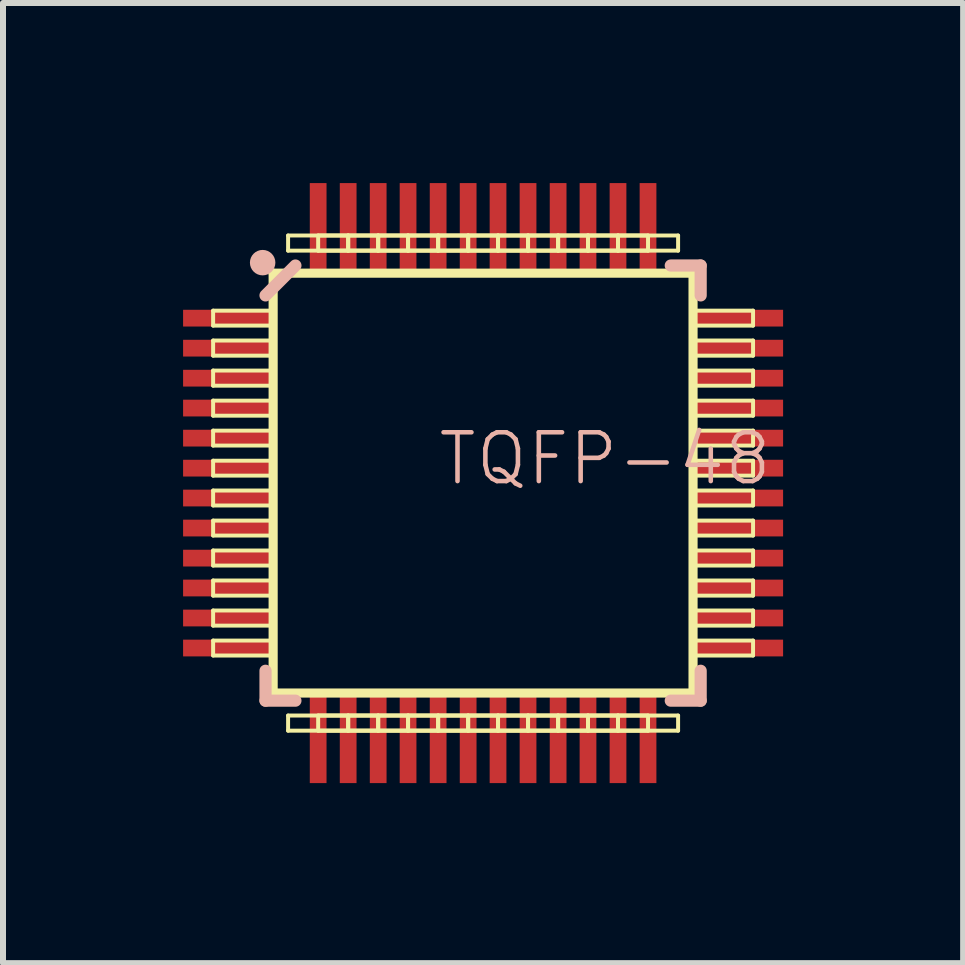
<source format=kicad_pcb>
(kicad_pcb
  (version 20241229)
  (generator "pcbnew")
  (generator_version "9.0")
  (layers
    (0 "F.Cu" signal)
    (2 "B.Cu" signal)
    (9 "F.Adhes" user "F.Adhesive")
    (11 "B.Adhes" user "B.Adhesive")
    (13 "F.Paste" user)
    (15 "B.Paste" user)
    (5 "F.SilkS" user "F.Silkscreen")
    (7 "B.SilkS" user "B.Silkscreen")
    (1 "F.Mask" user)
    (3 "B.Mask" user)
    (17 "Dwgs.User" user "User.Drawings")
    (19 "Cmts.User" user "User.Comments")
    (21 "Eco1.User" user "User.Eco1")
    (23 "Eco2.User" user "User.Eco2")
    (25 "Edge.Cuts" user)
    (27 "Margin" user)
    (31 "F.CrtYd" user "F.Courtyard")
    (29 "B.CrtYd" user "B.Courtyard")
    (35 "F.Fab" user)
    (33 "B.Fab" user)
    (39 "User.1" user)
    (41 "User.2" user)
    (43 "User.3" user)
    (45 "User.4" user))
  (footprint "TQFP-48"
    (layer "F.Cu")
    (at 4.999 4.999)
    (property "Reference" "TQFP-48" (at 2.032 -0.406 0) (layer "B.SilkS") (effects (font (size 0.813 0.813) (thickness 0.076))))
    (attr smd)
    (fp_line (start -4.498 -2.873) (end -3.498 -2.873) (stroke (width 0.066) (type solid)) (layer "F.SilkS"))
    (fp_line (start -4.498 -2.624) (end -4.498 -2.873) (stroke (width 0.066) (type solid)) (layer "F.SilkS"))
    (fp_line (start -4.498 -2.624) (end -3.498 -2.624) (stroke (width 0.066) (type solid)) (layer "F.SilkS"))
    (fp_line (start -4.498 -2.375) (end -3.498 -2.375) (stroke (width 0.066) (type solid)) (layer "F.SilkS"))
    (fp_line (start -4.498 -2.123) (end -4.498 -2.375) (stroke (width 0.066) (type solid)) (layer "F.SilkS"))
    (fp_line (start -4.498 -2.123) (end -3.498 -2.123) (stroke (width 0.066) (type solid)) (layer "F.SilkS"))
    (fp_line (start -4.498 -1.875) (end -3.498 -1.875) (stroke (width 0.066) (type solid)) (layer "F.SilkS"))
    (fp_line (start -4.498 -1.623) (end -4.498 -1.875) (stroke (width 0.066) (type solid)) (layer "F.SilkS"))
    (fp_line (start -4.498 -1.623) (end -3.498 -1.623) (stroke (width 0.066) (type solid)) (layer "F.SilkS"))
    (fp_line (start -4.498 -1.374) (end -3.498 -1.374) (stroke (width 0.066) (type solid)) (layer "F.SilkS"))
    (fp_line (start -4.498 -1.123) (end -4.498 -1.374) (stroke (width 0.066) (type solid)) (layer "F.SilkS"))
    (fp_line (start -4.498 -1.123) (end -3.498 -1.123) (stroke (width 0.066) (type solid)) (layer "F.SilkS"))
    (fp_line (start -4.498 -0.874) (end -3.498 -0.874) (stroke (width 0.066) (type solid)) (layer "F.SilkS"))
    (fp_line (start -4.498 -0.625) (end -4.498 -0.874) (stroke (width 0.066) (type solid)) (layer "F.SilkS"))
    (fp_line (start -4.498 -0.625) (end -3.498 -0.625) (stroke (width 0.066) (type solid)) (layer "F.SilkS"))
    (fp_line (start -4.498 -0.373) (end -3.498 -0.373) (stroke (width 0.066) (type solid)) (layer "F.SilkS"))
    (fp_line (start -4.498 -0.124) (end -4.498 -0.373) (stroke (width 0.066) (type solid)) (layer "F.SilkS"))
    (fp_line (start -4.498 -0.124) (end -3.498 -0.124) (stroke (width 0.066) (type solid)) (layer "F.SilkS"))
    (fp_line (start -4.498 0.124) (end -3.498 0.124) (stroke (width 0.066) (type solid)) (layer "F.SilkS"))
    (fp_line (start -4.498 0.373) (end -4.498 0.124) (stroke (width 0.066) (type solid)) (layer "F.SilkS"))
    (fp_line (start -4.498 0.373) (end -3.498 0.373) (stroke (width 0.066) (type solid)) (layer "F.SilkS"))
    (fp_line (start -4.498 0.625) (end -3.498 0.625) (stroke (width 0.066) (type solid)) (layer "F.SilkS"))
    (fp_line (start -4.498 0.874) (end -4.498 0.625) (stroke (width 0.066) (type solid)) (layer "F.SilkS"))
    (fp_line (start -4.498 0.874) (end -3.498 0.874) (stroke (width 0.066) (type solid)) (layer "F.SilkS"))
    (fp_line (start -4.498 1.123) (end -3.498 1.123) (stroke (width 0.066) (type solid)) (layer "F.SilkS"))
    (fp_line (start -4.498 1.374) (end -4.498 1.123) (stroke (width 0.066) (type solid)) (layer "F.SilkS"))
    (fp_line (start -4.498 1.374) (end -3.498 1.374) (stroke (width 0.066) (type solid)) (layer "F.SilkS"))
    (fp_line (start -4.498 1.623) (end -3.498 1.623) (stroke (width 0.066) (type solid)) (layer "F.SilkS"))
    (fp_line (start -4.498 1.875) (end -4.498 1.623) (stroke (width 0.066) (type solid)) (layer "F.SilkS"))
    (fp_line (start -4.498 1.875) (end -3.498 1.875) (stroke (width 0.066) (type solid)) (layer "F.SilkS"))
    (fp_line (start -4.498 2.123) (end -3.498 2.123) (stroke (width 0.066) (type solid)) (layer "F.SilkS"))
    (fp_line (start -4.498 2.375) (end -4.498 2.123) (stroke (width 0.066) (type solid)) (layer "F.SilkS"))
    (fp_line (start -4.498 2.375) (end -3.498 2.375) (stroke (width 0.066) (type solid)) (layer "F.SilkS"))
    (fp_line (start -4.498 2.624) (end -3.498 2.624) (stroke (width 0.066) (type solid)) (layer "F.SilkS"))
    (fp_line (start -4.498 2.873) (end -4.498 2.624) (stroke (width 0.066) (type solid)) (layer "F.SilkS"))
    (fp_line (start -4.498 2.873) (end -3.498 2.873) (stroke (width 0.066) (type solid)) (layer "F.SilkS"))
    (fp_line (start -3.498 -3.498) (end 3.498 -3.498) (stroke (width 0.152) (type solid)) (layer "F.SilkS"))
    (fp_line (start -3.498 -2.624) (end -3.498 -2.873) (stroke (width 0.066) (type solid)) (layer "F.SilkS"))
    (fp_line (start -3.498 -2.123) (end -3.498 -2.375) (stroke (width 0.066) (type solid)) (layer "F.SilkS"))
    (fp_line (start -3.498 -1.623) (end -3.498 -1.875) (stroke (width 0.066) (type solid)) (layer "F.SilkS"))
    (fp_line (start -3.498 -1.123) (end -3.498 -1.374) (stroke (width 0.066) (type solid)) (layer "F.SilkS"))
    (fp_line (start -3.498 -0.625) (end -3.498 -0.874) (stroke (width 0.066) (type solid)) (layer "F.SilkS"))
    (fp_line (start -3.498 -0.124) (end -3.498 -0.373) (stroke (width 0.066) (type solid)) (layer "F.SilkS"))
    (fp_line (start -3.498 0.373) (end -3.498 0.124) (stroke (width 0.066) (type solid)) (layer "F.SilkS"))
    (fp_line (start -3.498 0.874) (end -3.498 0.625) (stroke (width 0.066) (type solid)) (layer "F.SilkS"))
    (fp_line (start -3.498 1.374) (end -3.498 1.123) (stroke (width 0.066) (type solid)) (layer "F.SilkS"))
    (fp_line (start -3.498 1.875) (end -3.498 1.623) (stroke (width 0.066) (type solid)) (layer "F.SilkS"))
    (fp_line (start -3.498 2.375) (end -3.498 2.123) (stroke (width 0.066) (type solid)) (layer "F.SilkS"))
    (fp_line (start -3.498 2.873) (end -3.498 2.624) (stroke (width 0.066) (type solid)) (layer "F.SilkS"))
    (fp_line (start -3.498 3.498) (end -3.498 -3.498) (stroke (width 0.152) (type solid)) (layer "F.SilkS"))
    (fp_line (start -3.249 -4.125) (end -2.248 -4.125) (stroke (width 0.066) (type solid)) (layer "F.SilkS"))
    (fp_line (start -3.249 -3.873) (end -3.249 -4.125) (stroke (width 0.066) (type solid)) (layer "F.SilkS"))
    (fp_line (start -3.249 -3.873) (end -2.248 -3.873) (stroke (width 0.066) (type solid)) (layer "F.SilkS"))
    (fp_line (start -3.249 3.873) (end -2.248 3.873) (stroke (width 0.066) (type solid)) (layer "F.SilkS"))
    (fp_line (start -3.249 4.125) (end -3.249 3.873) (stroke (width 0.066) (type solid)) (layer "F.SilkS"))
    (fp_line (start -3.249 4.125) (end -2.248 4.125) (stroke (width 0.066) (type solid)) (layer "F.SilkS"))
    (fp_line (start -2.748 -4.125) (end -1.748 -4.125) (stroke (width 0.066) (type solid)) (layer "F.SilkS"))
    (fp_line (start -2.748 -3.873) (end -2.748 -4.125) (stroke (width 0.066) (type solid)) (layer "F.SilkS"))
    (fp_line (start -2.748 -3.873) (end -1.748 -3.873) (stroke (width 0.066) (type solid)) (layer "F.SilkS"))
    (fp_line (start -2.748 3.873) (end -1.748 3.873) (stroke (width 0.066) (type solid)) (layer "F.SilkS"))
    (fp_line (start -2.748 4.125) (end -2.748 3.873) (stroke (width 0.066) (type solid)) (layer "F.SilkS"))
    (fp_line (start -2.748 4.125) (end -1.748 4.125) (stroke (width 0.066) (type solid)) (layer "F.SilkS"))
    (fp_line (start -2.248 -4.125) (end -1.25 -4.125) (stroke (width 0.066) (type solid)) (layer "F.SilkS"))
    (fp_line (start -2.248 -3.873) (end -2.248 -4.125) (stroke (width 0.066) (type solid)) (layer "F.SilkS"))
    (fp_line (start -2.248 -3.873) (end -2.248 -4.125) (stroke (width 0.066) (type solid)) (layer "F.SilkS"))
    (fp_line (start -2.248 -3.873) (end -1.25 -3.873) (stroke (width 0.066) (type solid)) (layer "F.SilkS"))
    (fp_line (start -2.248 3.873) (end -1.25 3.873) (stroke (width 0.066) (type solid)) (layer "F.SilkS"))
    (fp_line (start -2.248 4.125) (end -2.248 3.873) (stroke (width 0.066) (type solid)) (layer "F.SilkS"))
    (fp_line (start -2.248 4.125) (end -2.248 3.873) (stroke (width 0.066) (type solid)) (layer "F.SilkS"))
    (fp_line (start -2.248 4.125) (end -1.25 4.125) (stroke (width 0.066) (type solid)) (layer "F.SilkS"))
    (fp_line (start -1.748 -4.125) (end -0.749 -4.125) (stroke (width 0.066) (type solid)) (layer "F.SilkS"))
    (fp_line (start -1.748 -3.873) (end -1.748 -4.125) (stroke (width 0.066) (type solid)) (layer "F.SilkS"))
    (fp_line (start -1.748 -3.873) (end -1.748 -4.125) (stroke (width 0.066) (type solid)) (layer "F.SilkS"))
    (fp_line (start -1.748 -3.873) (end -0.749 -3.873) (stroke (width 0.066) (type solid)) (layer "F.SilkS"))
    (fp_line (start -1.748 3.873) (end -0.749 3.873) (stroke (width 0.066) (type solid)) (layer "F.SilkS"))
    (fp_line (start -1.748 4.125) (end -1.748 3.873) (stroke (width 0.066) (type solid)) (layer "F.SilkS"))
    (fp_line (start -1.748 4.125) (end -1.748 3.873) (stroke (width 0.066) (type solid)) (layer "F.SilkS"))
    (fp_line (start -1.748 4.125) (end -0.749 4.125) (stroke (width 0.066) (type solid)) (layer "F.SilkS"))
    (fp_line (start -1.25 -4.125) (end -0.249 -4.125) (stroke (width 0.066) (type solid)) (layer "F.SilkS"))
    (fp_line (start -1.25 -3.873) (end -1.25 -4.125) (stroke (width 0.066) (type solid)) (layer "F.SilkS"))
    (fp_line (start -1.25 -3.873) (end -1.25 -4.125) (stroke (width 0.066) (type solid)) (layer "F.SilkS"))
    (fp_line (start -1.25 -3.873) (end -0.249 -3.873) (stroke (width 0.066) (type solid)) (layer "F.SilkS"))
    (fp_line (start -1.25 3.873) (end -0.249 3.873) (stroke (width 0.066) (type solid)) (layer "F.SilkS"))
    (fp_line (start -1.25 4.125) (end -1.25 3.873) (stroke (width 0.066) (type solid)) (layer "F.SilkS"))
    (fp_line (start -1.25 4.125) (end -1.25 3.873) (stroke (width 0.066) (type solid)) (layer "F.SilkS"))
    (fp_line (start -1.25 4.125) (end -0.249 4.125) (stroke (width 0.066) (type solid)) (layer "F.SilkS"))
    (fp_line (start -0.749 -4.125) (end 0.249 -4.125) (stroke (width 0.066) (type solid)) (layer "F.SilkS"))
    (fp_line (start -0.749 -3.873) (end -0.749 -4.125) (stroke (width 0.066) (type solid)) (layer "F.SilkS"))
    (fp_line (start -0.749 -3.873) (end -0.749 -4.125) (stroke (width 0.066) (type solid)) (layer "F.SilkS"))
    (fp_line (start -0.749 -3.873) (end 0.249 -3.873) (stroke (width 0.066) (type solid)) (layer "F.SilkS"))
    (fp_line (start -0.749 3.873) (end 0.249 3.873) (stroke (width 0.066) (type solid)) (layer "F.SilkS"))
    (fp_line (start -0.749 4.125) (end -0.749 3.873) (stroke (width 0.066) (type solid)) (layer "F.SilkS"))
    (fp_line (start -0.749 4.125) (end -0.749 3.873) (stroke (width 0.066) (type solid)) (layer "F.SilkS"))
    (fp_line (start -0.749 4.125) (end 0.249 4.125) (stroke (width 0.066) (type solid)) (layer "F.SilkS"))
    (fp_line (start -0.249 -4.125) (end 0.749 -4.125) (stroke (width 0.066) (type solid)) (layer "F.SilkS"))
    (fp_line (start -0.249 -3.873) (end -0.249 -4.125) (stroke (width 0.066) (type solid)) (layer "F.SilkS"))
    (fp_line (start -0.249 -3.873) (end -0.249 -4.125) (stroke (width 0.066) (type solid)) (layer "F.SilkS"))
    (fp_line (start -0.249 -3.873) (end 0.749 -3.873) (stroke (width 0.066) (type solid)) (layer "F.SilkS"))
    (fp_line (start -0.249 3.873) (end 0.749 3.873) (stroke (width 0.066) (type solid)) (layer "F.SilkS"))
    (fp_line (start -0.249 4.125) (end -0.249 3.873) (stroke (width 0.066) (type solid)) (layer "F.SilkS"))
    (fp_line (start -0.249 4.125) (end -0.249 3.873) (stroke (width 0.066) (type solid)) (layer "F.SilkS"))
    (fp_line (start -0.249 4.125) (end 0.749 4.125) (stroke (width 0.066) (type solid)) (layer "F.SilkS"))
    (fp_line (start 0.249 -4.125) (end 1.25 -4.125) (stroke (width 0.066) (type solid)) (layer "F.SilkS"))
    (fp_line (start 0.249 -3.873) (end 0.249 -4.125) (stroke (width 0.066) (type solid)) (layer "F.SilkS"))
    (fp_line (start 0.249 -3.873) (end 0.249 -4.125) (stroke (width 0.066) (type solid)) (layer "F.SilkS"))
    (fp_line (start 0.249 -3.873) (end 1.25 -3.873) (stroke (width 0.066) (type solid)) (layer "F.SilkS"))
    (fp_line (start 0.249 3.873) (end 1.25 3.873) (stroke (width 0.066) (type solid)) (layer "F.SilkS"))
    (fp_line (start 0.249 4.125) (end 0.249 3.873) (stroke (width 0.066) (type solid)) (layer "F.SilkS"))
    (fp_line (start 0.249 4.125) (end 0.249 3.873) (stroke (width 0.066) (type solid)) (layer "F.SilkS"))
    (fp_line (start 0.249 4.125) (end 1.25 4.125) (stroke (width 0.066) (type solid)) (layer "F.SilkS"))
    (fp_line (start 0.749 -4.125) (end 1.748 -4.125) (stroke (width 0.066) (type solid)) (layer "F.SilkS"))
    (fp_line (start 0.749 -3.873) (end 0.749 -4.125) (stroke (width 0.066) (type solid)) (layer "F.SilkS"))
    (fp_line (start 0.749 -3.873) (end 0.749 -4.125) (stroke (width 0.066) (type solid)) (layer "F.SilkS"))
    (fp_line (start 0.749 -3.873) (end 1.748 -3.873) (stroke (width 0.066) (type solid)) (layer "F.SilkS"))
    (fp_line (start 0.749 3.873) (end 1.748 3.873) (stroke (width 0.066) (type solid)) (layer "F.SilkS"))
    (fp_line (start 0.749 4.125) (end 0.749 3.873) (stroke (width 0.066) (type solid)) (layer "F.SilkS"))
    (fp_line (start 0.749 4.125) (end 0.749 3.873) (stroke (width 0.066) (type solid)) (layer "F.SilkS"))
    (fp_line (start 0.749 4.125) (end 1.748 4.125) (stroke (width 0.066) (type solid)) (layer "F.SilkS"))
    (fp_line (start 1.25 -4.125) (end 2.248 -4.125) (stroke (width 0.066) (type solid)) (layer "F.SilkS"))
    (fp_line (start 1.25 -3.873) (end 1.25 -4.125) (stroke (width 0.066) (type solid)) (layer "F.SilkS"))
    (fp_line (start 1.25 -3.873) (end 1.25 -4.125) (stroke (width 0.066) (type solid)) (layer "F.SilkS"))
    (fp_line (start 1.25 -3.873) (end 2.248 -3.873) (stroke (width 0.066) (type solid)) (layer "F.SilkS"))
    (fp_line (start 1.25 3.873) (end 2.248 3.873) (stroke (width 0.066) (type solid)) (layer "F.SilkS"))
    (fp_line (start 1.25 4.125) (end 1.25 3.873) (stroke (width 0.066) (type solid)) (layer "F.SilkS"))
    (fp_line (start 1.25 4.125) (end 1.25 3.873) (stroke (width 0.066) (type solid)) (layer "F.SilkS"))
    (fp_line (start 1.25 4.125) (end 2.248 4.125) (stroke (width 0.066) (type solid)) (layer "F.SilkS"))
    (fp_line (start 1.748 -4.125) (end 2.748 -4.125) (stroke (width 0.066) (type solid)) (layer "F.SilkS"))
    (fp_line (start 1.748 -3.873) (end 1.748 -4.125) (stroke (width 0.066) (type solid)) (layer "F.SilkS"))
    (fp_line (start 1.748 -3.873) (end 1.748 -4.125) (stroke (width 0.066) (type solid)) (layer "F.SilkS"))
    (fp_line (start 1.748 -3.873) (end 2.748 -3.873) (stroke (width 0.066) (type solid)) (layer "F.SilkS"))
    (fp_line (start 1.748 3.873) (end 2.748 3.873) (stroke (width 0.066) (type solid)) (layer "F.SilkS"))
    (fp_line (start 1.748 4.125) (end 1.748 3.873) (stroke (width 0.066) (type solid)) (layer "F.SilkS"))
    (fp_line (start 1.748 4.125) (end 1.748 3.873) (stroke (width 0.066) (type solid)) (layer "F.SilkS"))
    (fp_line (start 1.748 4.125) (end 2.748 4.125) (stroke (width 0.066) (type solid)) (layer "F.SilkS"))
    (fp_line (start 2.248 -4.125) (end 3.249 -4.125) (stroke (width 0.066) (type solid)) (layer "F.SilkS"))
    (fp_line (start 2.248 -3.873) (end 2.248 -4.125) (stroke (width 0.066) (type solid)) (layer "F.SilkS"))
    (fp_line (start 2.248 -3.873) (end 2.248 -4.125) (stroke (width 0.066) (type solid)) (layer "F.SilkS"))
    (fp_line (start 2.248 -3.873) (end 3.249 -3.873) (stroke (width 0.066) (type solid)) (layer "F.SilkS"))
    (fp_line (start 2.248 3.873) (end 3.249 3.873) (stroke (width 0.066) (type solid)) (layer "F.SilkS"))
    (fp_line (start 2.248 4.125) (end 2.248 3.873) (stroke (width 0.066) (type solid)) (layer "F.SilkS"))
    (fp_line (start 2.248 4.125) (end 2.248 3.873) (stroke (width 0.066) (type solid)) (layer "F.SilkS"))
    (fp_line (start 2.248 4.125) (end 3.249 4.125) (stroke (width 0.066) (type solid)) (layer "F.SilkS"))
    (fp_line (start 2.748 -3.873) (end 2.748 -4.125) (stroke (width 0.066) (type solid)) (layer "F.SilkS"))
    (fp_line (start 2.748 4.125) (end 2.748 3.873) (stroke (width 0.066) (type solid)) (layer "F.SilkS"))
    (fp_line (start 3.249 -3.873) (end 3.249 -4.125) (stroke (width 0.066) (type solid)) (layer "F.SilkS"))
    (fp_line (start 3.249 4.125) (end 3.249 3.873) (stroke (width 0.066) (type solid)) (layer "F.SilkS"))
    (fp_line (start 3.498 -3.498) (end 3.498 3.498) (stroke (width 0.152) (type solid)) (layer "F.SilkS"))
    (fp_line (start 3.498 -2.873) (end 4.498 -2.873) (stroke (width 0.066) (type solid)) (layer "F.SilkS"))
    (fp_line (start 3.498 -2.624) (end 3.498 -2.873) (stroke (width 0.066) (type solid)) (layer "F.SilkS"))
    (fp_line (start 3.498 -2.624) (end 4.498 -2.624) (stroke (width 0.066) (type solid)) (layer "F.SilkS"))
    (fp_line (start 3.498 -2.375) (end 4.498 -2.375) (stroke (width 0.066) (type solid)) (layer "F.SilkS"))
    (fp_line (start 3.498 -2.123) (end 3.498 -2.375) (stroke (width 0.066) (type solid)) (layer "F.SilkS"))
    (fp_line (start 3.498 -2.123) (end 4.498 -2.123) (stroke (width 0.066) (type solid)) (layer "F.SilkS"))
    (fp_line (start 3.498 -1.875) (end 4.498 -1.875) (stroke (width 0.066) (type solid)) (layer "F.SilkS"))
    (fp_line (start 3.498 -1.623) (end 3.498 -1.875) (stroke (width 0.066) (type solid)) (layer "F.SilkS"))
    (fp_line (start 3.498 -1.623) (end 4.498 -1.623) (stroke (width 0.066) (type solid)) (layer "F.SilkS"))
    (fp_line (start 3.498 -1.374) (end 4.498 -1.374) (stroke (width 0.066) (type solid)) (layer "F.SilkS"))
    (fp_line (start 3.498 -1.123) (end 3.498 -1.374) (stroke (width 0.066) (type solid)) (layer "F.SilkS"))
    (fp_line (start 3.498 -1.123) (end 4.498 -1.123) (stroke (width 0.066) (type solid)) (layer "F.SilkS"))
    (fp_line (start 3.498 -0.874) (end 4.498 -0.874) (stroke (width 0.066) (type solid)) (layer "F.SilkS"))
    (fp_line (start 3.498 -0.625) (end 3.498 -0.874) (stroke (width 0.066) (type solid)) (layer "F.SilkS"))
    (fp_line (start 3.498 -0.625) (end 4.498 -0.625) (stroke (width 0.066) (type solid)) (layer "F.SilkS"))
    (fp_line (start 3.498 -0.373) (end 4.498 -0.373) (stroke (width 0.066) (type solid)) (layer "F.SilkS"))
    (fp_line (start 3.498 -0.124) (end 3.498 -0.373) (stroke (width 0.066) (type solid)) (layer "F.SilkS"))
    (fp_line (start 3.498 -0.124) (end 4.498 -0.124) (stroke (width 0.066) (type solid)) (layer "F.SilkS"))
    (fp_line (start 3.498 0.124) (end 4.498 0.124) (stroke (width 0.066) (type solid)) (layer "F.SilkS"))
    (fp_line (start 3.498 0.373) (end 3.498 0.124) (stroke (width 0.066) (type solid)) (layer "F.SilkS"))
    (fp_line (start 3.498 0.373) (end 4.498 0.373) (stroke (width 0.066) (type solid)) (layer "F.SilkS"))
    (fp_line (start 3.498 0.625) (end 4.498 0.625) (stroke (width 0.066) (type solid)) (layer "F.SilkS"))
    (fp_line (start 3.498 0.874) (end 3.498 0.625) (stroke (width 0.066) (type solid)) (layer "F.SilkS"))
    (fp_line (start 3.498 0.874) (end 4.498 0.874) (stroke (width 0.066) (type solid)) (layer "F.SilkS"))
    (fp_line (start 3.498 1.123) (end 4.498 1.123) (stroke (width 0.066) (type solid)) (layer "F.SilkS"))
    (fp_line (start 3.498 1.374) (end 3.498 1.123) (stroke (width 0.066) (type solid)) (layer "F.SilkS"))
    (fp_line (start 3.498 1.374) (end 4.498 1.374) (stroke (width 0.066) (type solid)) (layer "F.SilkS"))
    (fp_line (start 3.498 1.623) (end 4.498 1.623) (stroke (width 0.066) (type solid)) (layer "F.SilkS"))
    (fp_line (start 3.498 1.875) (end 3.498 1.623) (stroke (width 0.066) (type solid)) (layer "F.SilkS"))
    (fp_line (start 3.498 1.875) (end 4.498 1.875) (stroke (width 0.066) (type solid)) (layer "F.SilkS"))
    (fp_line (start 3.498 2.123) (end 4.498 2.123) (stroke (width 0.066) (type solid)) (layer "F.SilkS"))
    (fp_line (start 3.498 2.375) (end 3.498 2.123) (stroke (width 0.066) (type solid)) (layer "F.SilkS"))
    (fp_line (start 3.498 2.375) (end 4.498 2.375) (stroke (width 0.066) (type solid)) (layer "F.SilkS"))
    (fp_line (start 3.498 2.624) (end 4.498 2.624) (stroke (width 0.066) (type solid)) (layer "F.SilkS"))
    (fp_line (start 3.498 2.873) (end 3.498 2.624) (stroke (width 0.066) (type solid)) (layer "F.SilkS"))
    (fp_line (start 3.498 2.873) (end 4.498 2.873) (stroke (width 0.066) (type solid)) (layer "F.SilkS"))
    (fp_line (start 3.498 3.498) (end -3.498 3.498) (stroke (width 0.152) (type solid)) (layer "F.SilkS"))
    (fp_line (start 4.498 -2.624) (end 4.498 -2.873) (stroke (width 0.066) (type solid)) (layer "F.SilkS"))
    (fp_line (start 4.498 -2.123) (end 4.498 -2.375) (stroke (width 0.066) (type solid)) (layer "F.SilkS"))
    (fp_line (start 4.498 -1.623) (end 4.498 -1.875) (stroke (width 0.066) (type solid)) (layer "F.SilkS"))
    (fp_line (start 4.498 -1.123) (end 4.498 -1.374) (stroke (width 0.066) (type solid)) (layer "F.SilkS"))
    (fp_line (start 4.498 -0.625) (end 4.498 -0.874) (stroke (width 0.066) (type solid)) (layer "F.SilkS"))
    (fp_line (start 4.498 -0.124) (end 4.498 -0.373) (stroke (width 0.066) (type solid)) (layer "F.SilkS"))
    (fp_line (start 4.498 0.373) (end 4.498 0.124) (stroke (width 0.066) (type solid)) (layer "F.SilkS"))
    (fp_line (start 4.498 0.874) (end 4.498 0.625) (stroke (width 0.066) (type solid)) (layer "F.SilkS"))
    (fp_line (start 4.498 1.374) (end 4.498 1.123) (stroke (width 0.066) (type solid)) (layer "F.SilkS"))
    (fp_line (start 4.498 1.875) (end 4.498 1.623) (stroke (width 0.066) (type solid)) (layer "F.SilkS"))
    (fp_line (start 4.498 2.375) (end 4.498 2.123) (stroke (width 0.066) (type solid)) (layer "F.SilkS"))
    (fp_line (start 4.498 2.873) (end 4.498 2.624) (stroke (width 0.066) (type solid)) (layer "F.SilkS"))
    (fp_line (start -3.625 -3.127) (end -3.127 -3.625) (stroke (width 0.203) (type solid)) (layer "B.SilkS"))
    (fp_line (start -3.625 3.625) (end -3.625 3.127) (stroke (width 0.203) (type solid)) (layer "B.SilkS"))
    (fp_line (start -3.127 3.625) (end -3.625 3.625) (stroke (width 0.203) (type solid)) (layer "B.SilkS"))
    (fp_line (start 3.127 -3.625) (end 3.625 -3.625) (stroke (width 0.203) (type solid)) (layer "B.SilkS"))
    (fp_line (start 3.625 -3.625) (end 3.625 -3.127) (stroke (width 0.203) (type solid)) (layer "B.SilkS"))
    (fp_line (start 3.625 3.127) (end 3.625 3.625) (stroke (width 0.203) (type solid)) (layer "B.SilkS"))
    (fp_line (start 3.625 3.625) (end 3.127 3.625) (stroke (width 0.203) (type solid)) (layer "B.SilkS"))
    (fp_circle (center -3.673 -3.673) (end -3.823 -3.823) (stroke (width 0) (type solid)) (fill yes) (layer "B.SilkS"))
    (pad "1" smd rect (at -4.249 -2.748 180) (size 1.499 0.279) (layers "F.Cu" "F.Mask" "F.Paste"))
    (pad "2" smd rect (at -4.249 -2.248 180) (size 1.499 0.279) (layers "F.Cu" "F.Mask" "F.Paste"))
    (pad "3" smd rect (at -4.249 -1.748 180) (size 1.499 0.279) (layers "F.Cu" "F.Mask" "F.Paste"))
    (pad "4" smd rect (at -4.249 -1.25 180) (size 1.499 0.279) (layers "F.Cu" "F.Mask" "F.Paste"))
    (pad "5" smd rect (at -4.249 -0.749 180) (size 1.499 0.279) (layers "F.Cu" "F.Mask" "F.Paste"))
    (pad "6" smd rect (at -4.249 -0.249 180) (size 1.499 0.279) (layers "F.Cu" "F.Mask" "F.Paste"))
    (pad "7" smd rect (at -4.249 0.249 180) (size 1.499 0.279) (layers "F.Cu" "F.Mask" "F.Paste"))
    (pad "8" smd rect (at -4.249 0.749 180) (size 1.499 0.279) (layers "F.Cu" "F.Mask" "F.Paste"))
    (pad "9" smd rect (at -4.249 1.25 180) (size 1.499 0.279) (layers "F.Cu" "F.Mask" "F.Paste"))
    (pad "10" smd rect (at -4.249 1.748 180) (size 1.499 0.279) (layers "F.Cu" "F.Mask" "F.Paste"))
    (pad "11" smd rect (at -4.249 2.248 180) (size 1.499 0.279) (layers "F.Cu" "F.Mask" "F.Paste"))
    (pad "12" smd rect (at -4.249 2.748 180) (size 1.499 0.279) (layers "F.Cu" "F.Mask" "F.Paste"))
    (pad "13" smd rect (at -2.748 4.249 270) (size 1.499 0.279) (layers "F.Cu" "F.Mask" "F.Paste"))
    (pad "14" smd rect (at -2.248 4.249 270) (size 1.499 0.279) (layers "F.Cu" "F.Mask" "F.Paste"))
    (pad "15" smd rect (at -1.748 4.249 270) (size 1.499 0.279) (layers "F.Cu" "F.Mask" "F.Paste"))
    (pad "16" smd rect (at -1.25 4.249 270) (size 1.499 0.279) (layers "F.Cu" "F.Mask" "F.Paste"))
    (pad "17" smd rect (at -0.749 4.249 270) (size 1.499 0.279) (layers "F.Cu" "F.Mask" "F.Paste"))
    (pad "18" smd rect (at -0.249 4.249 270) (size 1.499 0.279) (layers "F.Cu" "F.Mask" "F.Paste"))
    (pad "19" smd rect (at 0.249 4.249 270) (size 1.499 0.279) (layers "F.Cu" "F.Mask" "F.Paste"))
    (pad "20" smd rect (at 0.749 4.249 270) (size 1.499 0.279) (layers "F.Cu" "F.Mask" "F.Paste"))
    (pad "21" smd rect (at 1.25 4.249 270) (size 1.499 0.279) (layers "F.Cu" "F.Mask" "F.Paste"))
    (pad "22" smd rect (at 1.748 4.249 270) (size 1.499 0.279) (layers "F.Cu" "F.Mask" "F.Paste"))
    (pad "23" smd rect (at 2.248 4.249 270) (size 1.499 0.279) (layers "F.Cu" "F.Mask" "F.Paste"))
    (pad "24" smd rect (at 2.748 4.249 270) (size 1.499 0.279) (layers "F.Cu" "F.Mask" "F.Paste"))
    (pad "25" smd rect (at 4.249 2.748) (size 1.499 0.279) (layers "F.Cu" "F.Mask" "F.Paste"))
    (pad "26" smd rect (at 4.249 2.248) (size 1.499 0.279) (layers "F.Cu" "F.Mask" "F.Paste"))
    (pad "27" smd rect (at 4.249 1.748) (size 1.499 0.279) (layers "F.Cu" "F.Mask" "F.Paste"))
    (pad "28" smd rect (at 4.249 1.25) (size 1.499 0.279) (layers "F.Cu" "F.Mask" "F.Paste"))
    (pad "29" smd rect (at 4.249 0.749) (size 1.499 0.279) (layers "F.Cu" "F.Mask" "F.Paste"))
    (pad "30" smd rect (at 4.249 0.249) (size 1.499 0.279) (layers "F.Cu" "F.Mask" "F.Paste"))
    (pad "31" smd rect (at 4.249 -0.249) (size 1.499 0.279) (layers "F.Cu" "F.Mask" "F.Paste"))
    (pad "32" smd rect (at 4.249 -0.749) (size 1.499 0.279) (layers "F.Cu" "F.Mask" "F.Paste"))
    (pad "33" smd rect (at 4.249 -1.25) (size 1.499 0.279) (layers "F.Cu" "F.Mask" "F.Paste"))
    (pad "34" smd rect (at 4.249 -1.748) (size 1.499 0.279) (layers "F.Cu" "F.Mask" "F.Paste"))
    (pad "35" smd rect (at 4.249 -2.248) (size 1.499 0.279) (layers "F.Cu" "F.Mask" "F.Paste"))
    (pad "36" smd rect (at 4.249 -2.748) (size 1.499 0.279) (layers "F.Cu" "F.Mask" "F.Paste"))
    (pad "37" smd rect (at 2.748 -4.249 90) (size 1.499 0.279) (layers "F.Cu" "F.Mask" "F.Paste"))
    (pad "38" smd rect (at 2.248 -4.249 90) (size 1.499 0.279) (layers "F.Cu" "F.Mask" "F.Paste"))
    (pad "39" smd rect (at 1.748 -4.249 90) (size 1.499 0.279) (layers "F.Cu" "F.Mask" "F.Paste"))
    (pad "40" smd rect (at 1.25 -4.249 90) (size 1.499 0.279) (layers "F.Cu" "F.Mask" "F.Paste"))
    (pad "41" smd rect (at 0.749 -4.249 90) (size 1.499 0.279) (layers "F.Cu" "F.Mask" "F.Paste"))
    (pad "42" smd rect (at 0.249 -4.249 90) (size 1.499 0.279) (layers "F.Cu" "F.Mask" "F.Paste"))
    (pad "43" smd rect (at -0.249 -4.249 90) (size 1.499 0.279) (layers "F.Cu" "F.Mask" "F.Paste"))
    (pad "44" smd rect (at -0.749 -4.249 90) (size 1.499 0.279) (layers "F.Cu" "F.Mask" "F.Paste"))
    (pad "45" smd rect (at -1.25 -4.249 90) (size 1.499 0.279) (layers "F.Cu" "F.Mask" "F.Paste"))
    (pad "46" smd rect (at -1.748 -4.249 90) (size 1.499 0.279) (layers "F.Cu" "F.Mask" "F.Paste"))
    (pad "47" smd rect (at -2.248 -4.249 90) (size 1.499 0.279) (layers "F.Cu" "F.Mask" "F.Paste"))
    (pad "48" smd rect (at -2.748 -4.249 90) (size 1.499 0.279) (layers "F.Cu" "F.Mask" "F.Paste")))
  (gr_rect
    (start -3 -3)
    (end 12.997 12.997)
    (stroke (width 0.1) (type default))
    (fill no)
    (layer "Edge.Cuts")))
</source>
